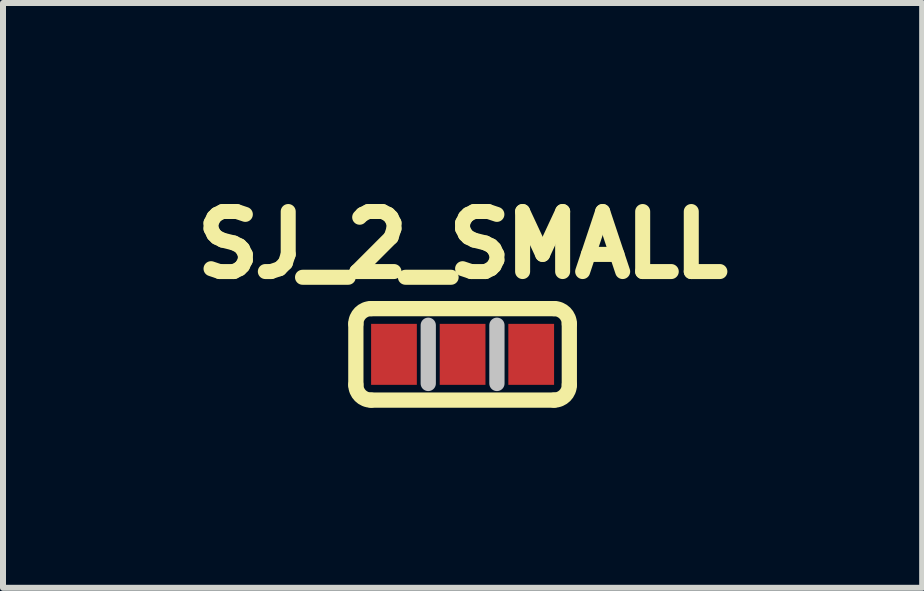
<source format=kicad_pcb>
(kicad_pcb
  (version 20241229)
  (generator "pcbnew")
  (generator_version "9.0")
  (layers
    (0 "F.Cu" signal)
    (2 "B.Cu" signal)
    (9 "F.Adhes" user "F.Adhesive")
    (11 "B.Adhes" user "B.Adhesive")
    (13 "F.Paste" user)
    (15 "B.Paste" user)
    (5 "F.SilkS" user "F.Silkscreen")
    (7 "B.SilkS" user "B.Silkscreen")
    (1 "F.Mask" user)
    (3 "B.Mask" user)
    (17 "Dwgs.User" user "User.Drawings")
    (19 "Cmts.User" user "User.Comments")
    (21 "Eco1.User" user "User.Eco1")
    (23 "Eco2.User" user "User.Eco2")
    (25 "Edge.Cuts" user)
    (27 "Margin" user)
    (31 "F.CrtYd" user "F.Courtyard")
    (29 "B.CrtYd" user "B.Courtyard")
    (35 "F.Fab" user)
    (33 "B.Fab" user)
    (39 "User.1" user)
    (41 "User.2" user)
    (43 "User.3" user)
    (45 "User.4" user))
  (footprint "SJ_2_SMALL"
    (layer "F.Cu")
    (at 4.656 2.853)
    (property "Reference" "SJ_2_SMALL" (at 0 -1.829 0) (layer "F.SilkS") (effects (font (size 1 1) (thickness 0.25))))
    (attr smd)
    (fp_line (start -1.778 0.508) (end -1.778 -0.508) (stroke (width 0.254) (type solid)) (layer "F.SilkS"))
    (fp_line (start -1.524 -0.762) (end 1.524 -0.762) (stroke (width 0.254) (type solid)) (layer "F.SilkS"))
    (fp_line (start 1.524 0.762) (end -1.524 0.762) (stroke (width 0.254) (type solid)) (layer "F.SilkS"))
    (fp_line (start 1.778 0.508) (end 1.778 -0.508) (stroke (width 0.254) (type solid)) (layer "F.SilkS"))
    (fp_arc (start -1.778 -0.508) (mid -1.703605 -0.687605) (end -1.524 -0.762) (stroke (width 0.254) (type solid)) (layer "F.SilkS"))
    (fp_arc (start -1.524 0.762) (mid -1.703605 0.687605) (end -1.778 0.508) (stroke (width 0.254) (type solid)) (layer "F.SilkS"))
    (fp_arc (start 1.524 -0.762) (mid 1.703605 -0.687605) (end 1.778 -0.508) (stroke (width 0.254) (type solid)) (layer "F.SilkS"))
    (fp_arc (start 1.778 0.508) (mid 1.703605 0.687605) (end 1.524 0.762) (stroke (width 0.254) (type solid)) (layer "F.SilkS"))
    (fp_line (start -0.572 -0.485) (end -0.572 0.485) (stroke (width 0.254) (type solid)) (layer "Dwgs.User"))
    (fp_line (start 0.572 -0.485) (end 0.572 0.485) (stroke (width 0.254) (type solid)) (layer "Dwgs.User"))
    (pad "1" smd rect (at -1.143 0) (size 0.762 1.016) (layers "F.Cu" "F.Mask"))
    (pad "2" smd rect (at 0 0) (size 0.762 1.016) (layers "F.Cu" "F.Mask"))
    (pad "3" smd rect (at 1.143 0) (size 0.762 1.016) (layers "F.Cu" "F.Mask")))
  (gr_rect
    (start -3 -3)
    (end 12.312 6.742)
    (stroke (width 0.1) (type default))
    (fill no)
    (layer "Edge.Cuts")))
</source>
